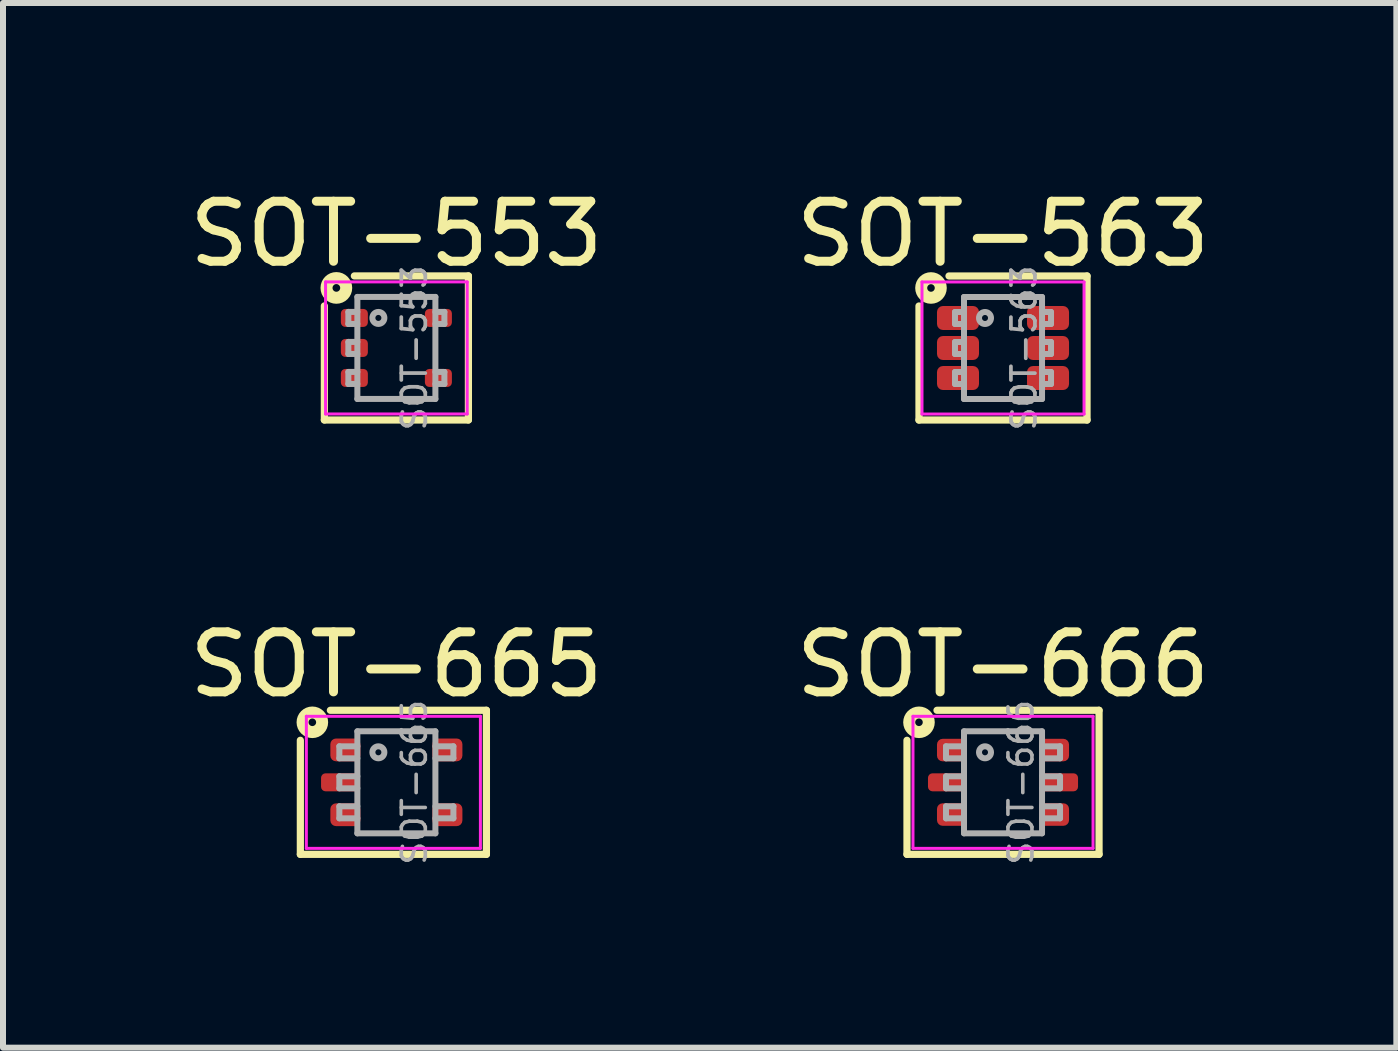
<source format=kicad_pcb>
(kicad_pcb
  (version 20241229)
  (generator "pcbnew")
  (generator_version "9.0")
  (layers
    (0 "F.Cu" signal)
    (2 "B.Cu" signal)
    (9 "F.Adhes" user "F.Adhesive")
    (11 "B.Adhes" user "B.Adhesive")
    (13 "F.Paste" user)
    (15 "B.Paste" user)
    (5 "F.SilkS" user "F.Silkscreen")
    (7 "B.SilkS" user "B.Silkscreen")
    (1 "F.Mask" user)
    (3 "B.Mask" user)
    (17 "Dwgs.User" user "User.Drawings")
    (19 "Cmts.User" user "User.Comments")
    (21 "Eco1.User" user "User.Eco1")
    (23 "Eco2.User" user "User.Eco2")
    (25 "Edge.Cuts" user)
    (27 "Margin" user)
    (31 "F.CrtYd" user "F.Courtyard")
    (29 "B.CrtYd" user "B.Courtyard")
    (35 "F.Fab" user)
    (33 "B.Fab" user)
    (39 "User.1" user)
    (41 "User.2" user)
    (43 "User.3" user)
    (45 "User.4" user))
  (footprint "SOT-665"
    (layer "F.Cu")
    (at 3.554 9.984)
    (property "Reference" "SOT-665" (at 0 -1.962 0) (layer "F.SilkS") (effects (font (size 1 1) (thickness 0.15))))
    (attr smd)
    (fp_line (start -1.6 -0.7) (end -1.6 1.2) (stroke (width 0.12) (type solid)) (layer "F.SilkS"))
    (fp_line (start -1.6 1.2) (end 1.5 1.2) (stroke (width 0.12) (type solid)) (layer "F.SilkS"))
    (fp_line (start 1.5 -1.2) (end -1.1 -1.2) (stroke (width 0.12) (type solid)) (layer "F.SilkS"))
    (fp_line (start 1.5 1.2) (end 1.5 -1.2) (stroke (width 0.12) (type solid)) (layer "F.SilkS"))
    (fp_circle (center -1.4 -1) (end -1.337 -1) (stroke (width 0.2) (type solid)) (fill no) (layer "F.SilkS"))
    (fp_line (start -1.5 -1.1) (end -1.5 1.1) (stroke (width 0.05) (type solid)) (layer "F.CrtYd"))
    (fp_line (start -1.5 -1.1) (end 1.4 -1.1) (stroke (width 0.05) (type solid)) (layer "F.CrtYd"))
    (fp_line (start -1.5 1.1) (end 1.4 1.1) (stroke (width 0.05) (type solid)) (layer "F.CrtYd"))
    (fp_line (start 1.4 1.1) (end 1.4 -1.1) (stroke (width 0.05) (type solid)) (layer "F.CrtYd"))
    (fp_line (start -0.95 -0.6) (end -0.95 -0.4) (stroke (width 0.1) (type solid)) (layer "F.Fab"))
    (fp_line (start -0.95 -0.4) (end -0.65 -0.4) (stroke (width 0.1) (type solid)) (layer "F.Fab"))
    (fp_line (start -0.95 -0.1) (end -0.95 0.1) (stroke (width 0.1) (type solid)) (layer "F.Fab"))
    (fp_line (start -0.95 0.1) (end -0.65 0.1) (stroke (width 0.1) (type solid)) (layer "F.Fab"))
    (fp_line (start -0.95 0.4) (end -0.95 0.6) (stroke (width 0.1) (type solid)) (layer "F.Fab"))
    (fp_line (start -0.95 0.6) (end -0.65 0.6) (stroke (width 0.1) (type solid)) (layer "F.Fab"))
    (fp_line (start -0.65 -0.85) (end -0.65 0.85) (stroke (width 0.1) (type solid)) (layer "F.Fab"))
    (fp_line (start -0.65 -0.6) (end -0.95 -0.6) (stroke (width 0.1) (type solid)) (layer "F.Fab"))
    (fp_line (start -0.65 -0.1) (end -0.95 -0.1) (stroke (width 0.1) (type solid)) (layer "F.Fab"))
    (fp_line (start -0.65 0.4) (end -0.95 0.4) (stroke (width 0.1) (type solid)) (layer "F.Fab"))
    (fp_line (start 0.65 -0.85) (end -0.65 -0.85) (stroke (width 0.1) (type solid)) (layer "F.Fab"))
    (fp_line (start 0.65 -0.85) (end 0.65 0.85) (stroke (width 0.1) (type solid)) (layer "F.Fab"))
    (fp_line (start 0.65 -0.4) (end 0.95 -0.4) (stroke (width 0.1) (type solid)) (layer "F.Fab"))
    (fp_line (start 0.65 0.6) (end 0.95 0.6) (stroke (width 0.1) (type solid)) (layer "F.Fab"))
    (fp_line (start 0.65 0.85) (end -0.65 0.85) (stroke (width 0.1) (type solid)) (layer "F.Fab"))
    (fp_line (start 0.95 -0.6) (end 0.65 -0.6) (stroke (width 0.1) (type solid)) (layer "F.Fab"))
    (fp_line (start 0.95 -0.4) (end 0.95 -0.6) (stroke (width 0.1) (type solid)) (layer "F.Fab"))
    (fp_line (start 0.95 0.4) (end 0.65 0.4) (stroke (width 0.1) (type solid)) (layer "F.Fab"))
    (fp_line (start 0.95 0.6) (end 0.95 0.4) (stroke (width 0.1) (type solid)) (layer "F.Fab"))
    (fp_circle (center -0.3 -0.5) (end -0.2 -0.5) (stroke (width 0.1) (type solid)) (fill no) (layer "F.Fab"))
    (fp_text user "${REFERENCE}" (at 0.3 0 90) (layer "F.Fab") (effects (font (size 0.4 0.4) (thickness 0.06))))
    (pad "1" smd roundrect (at -0.85 -0.54) (size 0.5 0.38) (layers "F.Cu" "F.Mask" "F.Paste") (roundrect_rratio 0.25))
    (pad "2" smd roundrect (at -0.93 0) (size 0.65 0.3) (layers "F.Cu" "F.Mask" "F.Paste") (roundrect_rratio 0.25))
    (pad "3" smd roundrect (at -0.85 0.54) (size 0.5 0.38) (layers "F.Cu" "F.Mask" "F.Paste") (roundrect_rratio 0.25))
    (pad "4" smd roundrect (at 0.85 0.54) (size 0.5 0.38) (layers "F.Cu" "F.Mask" "F.Paste") (roundrect_rratio 0.25))
    (pad "5" smd roundrect (at 0.85 -0.54) (size 0.5 0.38) (layers "F.Cu" "F.Mask" "F.Paste") (roundrect_rratio 0.25)))
  (footprint "SOT-553"
    (layer "F.Cu")
    (at 3.554 2.747)
    (property "Reference" "SOT-553" (at 0 -1.899 0) (layer "F.SilkS") (effects (font (size 1 1) (thickness 0.15))))
    (attr smd)
    (fp_line (start -1.2 -0.7) (end -1.2 1.2) (stroke (width 0.12) (type solid)) (layer "F.SilkS"))
    (fp_line (start -1.2 1.2) (end 1.2 1.2) (stroke (width 0.12) (type solid)) (layer "F.SilkS"))
    (fp_line (start 1.2 -1.2) (end -0.7 -1.2) (stroke (width 0.12) (type solid)) (layer "F.SilkS"))
    (fp_line (start 1.2 1.2) (end 1.2 -1.2) (stroke (width 0.12) (type solid)) (layer "F.SilkS"))
    (fp_circle (center -1 -1) (end -0.936 -1) (stroke (width 0.2) (type solid)) (fill no) (layer "F.SilkS"))
    (fp_line (start -1.18 -1.1) (end -1.18 1.1) (stroke (width 0.05) (type solid)) (layer "F.CrtYd"))
    (fp_line (start -1.18 -1.1) (end 1.18 -1.1) (stroke (width 0.05) (type solid)) (layer "F.CrtYd"))
    (fp_line (start 1.18 1.1) (end -1.18 1.1) (stroke (width 0.05) (type solid)) (layer "F.CrtYd"))
    (fp_line (start 1.18 1.1) (end 1.18 -1.1) (stroke (width 0.05) (type solid)) (layer "F.CrtYd"))
    (fp_line (start -0.8 -0.6) (end -0.8 -0.4) (stroke (width 0.1) (type solid)) (layer "F.Fab"))
    (fp_line (start -0.8 -0.4) (end -0.65 -0.4) (stroke (width 0.1) (type solid)) (layer "F.Fab"))
    (fp_line (start -0.8 -0.1) (end -0.8 0.1) (stroke (width 0.1) (type solid)) (layer "F.Fab"))
    (fp_line (start -0.8 0.1) (end -0.65 0.1) (stroke (width 0.1) (type solid)) (layer "F.Fab"))
    (fp_line (start -0.8 0.4) (end -0.8 0.6) (stroke (width 0.1) (type solid)) (layer "F.Fab"))
    (fp_line (start -0.8 0.6) (end -0.65 0.6) (stroke (width 0.1) (type solid)) (layer "F.Fab"))
    (fp_line (start -0.65 -0.85) (end -0.65 0.85) (stroke (width 0.1) (type solid)) (layer "F.Fab"))
    (fp_line (start -0.65 -0.6) (end -0.8 -0.6) (stroke (width 0.1) (type solid)) (layer "F.Fab"))
    (fp_line (start -0.65 -0.1) (end -0.8 -0.1) (stroke (width 0.1) (type solid)) (layer "F.Fab"))
    (fp_line (start -0.65 0.4) (end -0.8 0.4) (stroke (width 0.1) (type solid)) (layer "F.Fab"))
    (fp_line (start -0.65 0.85) (end 0.65 0.85) (stroke (width 0.1) (type solid)) (layer "F.Fab"))
    (fp_line (start 0.65 -0.85) (end -0.65 -0.85) (stroke (width 0.1) (type solid)) (layer "F.Fab"))
    (fp_line (start 0.65 -0.4) (end 0.8 -0.4) (stroke (width 0.1) (type solid)) (layer "F.Fab"))
    (fp_line (start 0.65 0.6) (end 0.8 0.6) (stroke (width 0.1) (type solid)) (layer "F.Fab"))
    (fp_line (start 0.65 0.85) (end 0.65 -0.85) (stroke (width 0.1) (type solid)) (layer "F.Fab"))
    (fp_line (start 0.8 -0.6) (end 0.65 -0.6) (stroke (width 0.1) (type solid)) (layer "F.Fab"))
    (fp_line (start 0.8 -0.4) (end 0.8 -0.6) (stroke (width 0.1) (type solid)) (layer "F.Fab"))
    (fp_line (start 0.8 0.4) (end 0.65 0.4) (stroke (width 0.1) (type solid)) (layer "F.Fab"))
    (fp_line (start 0.8 0.6) (end 0.8 0.4) (stroke (width 0.1) (type solid)) (layer "F.Fab"))
    (fp_circle (center -0.3 -0.5) (end -0.2 -0.5) (stroke (width 0.1) (type solid)) (fill no) (layer "F.Fab"))
    (fp_text user "${REFERENCE}" (at 0.3 0 90) (layer "F.Fab") (effects (font (size 0.4 0.4) (thickness 0.062))))
    (pad "1" smd roundrect (at -0.7 -0.5) (size 0.45 0.3) (layers "F.Cu" "F.Mask" "F.Paste") (roundrect_rratio 0.25))
    (pad "2" smd roundrect (at -0.7 0) (size 0.45 0.3) (layers "F.Cu" "F.Mask" "F.Paste") (roundrect_rratio 0.25))
    (pad "3" smd roundrect (at -0.7 0.5) (size 0.45 0.3) (layers "F.Cu" "F.Mask" "F.Paste") (roundrect_rratio 0.25))
    (pad "4" smd roundrect (at 0.7 0.5) (size 0.45 0.3) (layers "F.Cu" "F.Mask" "F.Paste") (roundrect_rratio 0.25))
    (pad "5" smd roundrect (at 0.7 -0.5) (size 0.45 0.3) (layers "F.Cu" "F.Mask" "F.Paste") (roundrect_rratio 0.25)))
  (footprint "SOT-666"
    (layer "F.Cu")
    (at 13.661 9.984)
    (property "Reference" "SOT-666" (at 0 -1.962 0) (layer "F.SilkS") (effects (font (size 1 1) (thickness 0.15))))
    (attr smd)
    (fp_line (start -1.6 -0.7) (end -1.6 1.2) (stroke (width 0.12) (type solid)) (layer "F.SilkS"))
    (fp_line (start -1.6 1.2) (end 1.6 1.2) (stroke (width 0.12) (type solid)) (layer "F.SilkS"))
    (fp_line (start 1.6 -1.2) (end -1.1 -1.2) (stroke (width 0.12) (type solid)) (layer "F.SilkS"))
    (fp_line (start 1.6 1.2) (end 1.6 -1.2) (stroke (width 0.12) (type solid)) (layer "F.SilkS"))
    (fp_circle (center -1.4 -1) (end -1.337 -1) (stroke (width 0.2) (type solid)) (fill no) (layer "F.SilkS"))
    (fp_line (start -1.5 -1.1) (end -1.5 1.1) (stroke (width 0.05) (type solid)) (layer "F.CrtYd"))
    (fp_line (start -1.5 -1.1) (end 1.5 -1.1) (stroke (width 0.05) (type solid)) (layer "F.CrtYd"))
    (fp_line (start -1.5 1.1) (end 1.5 1.1) (stroke (width 0.05) (type solid)) (layer "F.CrtYd"))
    (fp_line (start 1.5 1.1) (end 1.5 -1.1) (stroke (width 0.05) (type solid)) (layer "F.CrtYd"))
    (fp_line (start -0.95 -0.6) (end -0.95 -0.4) (stroke (width 0.1) (type solid)) (layer "F.Fab"))
    (fp_line (start -0.95 -0.4) (end -0.65 -0.4) (stroke (width 0.1) (type solid)) (layer "F.Fab"))
    (fp_line (start -0.95 -0.1) (end -0.95 0.1) (stroke (width 0.1) (type solid)) (layer "F.Fab"))
    (fp_line (start -0.95 0.1) (end -0.65 0.1) (stroke (width 0.1) (type solid)) (layer "F.Fab"))
    (fp_line (start -0.95 0.4) (end -0.95 0.6) (stroke (width 0.1) (type solid)) (layer "F.Fab"))
    (fp_line (start -0.95 0.6) (end -0.65 0.6) (stroke (width 0.1) (type solid)) (layer "F.Fab"))
    (fp_line (start -0.65 -0.85) (end -0.65 0.85) (stroke (width 0.1) (type solid)) (layer "F.Fab"))
    (fp_line (start -0.65 -0.6) (end -0.95 -0.6) (stroke (width 0.1) (type solid)) (layer "F.Fab"))
    (fp_line (start -0.65 -0.1) (end -0.95 -0.1) (stroke (width 0.1) (type solid)) (layer "F.Fab"))
    (fp_line (start -0.65 0.4) (end -0.95 0.4) (stroke (width 0.1) (type solid)) (layer "F.Fab"))
    (fp_line (start 0.65 -0.85) (end -0.65 -0.85) (stroke (width 0.1) (type solid)) (layer "F.Fab"))
    (fp_line (start 0.65 -0.85) (end 0.65 0.85) (stroke (width 0.1) (type solid)) (layer "F.Fab"))
    (fp_line (start 0.65 -0.4) (end 0.95 -0.4) (stroke (width 0.1) (type solid)) (layer "F.Fab"))
    (fp_line (start 0.65 0.1) (end 0.95 0.1) (stroke (width 0.1) (type solid)) (layer "F.Fab"))
    (fp_line (start 0.65 0.6) (end 0.95 0.6) (stroke (width 0.1) (type solid)) (layer "F.Fab"))
    (fp_line (start 0.65 0.85) (end -0.65 0.85) (stroke (width 0.1) (type solid)) (layer "F.Fab"))
    (fp_line (start 0.95 -0.6) (end 0.65 -0.6) (stroke (width 0.1) (type solid)) (layer "F.Fab"))
    (fp_line (start 0.95 -0.4) (end 0.95 -0.6) (stroke (width 0.1) (type solid)) (layer "F.Fab"))
    (fp_line (start 0.95 -0.1) (end 0.65 -0.1) (stroke (width 0.1) (type solid)) (layer "F.Fab"))
    (fp_line (start 0.95 0.1) (end 0.95 -0.1) (stroke (width 0.1) (type solid)) (layer "F.Fab"))
    (fp_line (start 0.95 0.4) (end 0.65 0.4) (stroke (width 0.1) (type solid)) (layer "F.Fab"))
    (fp_line (start 0.95 0.6) (end 0.95 0.4) (stroke (width 0.1) (type solid)) (layer "F.Fab"))
    (fp_circle (center -0.3 -0.5) (end -0.2 -0.5) (stroke (width 0.1) (type solid)) (fill no) (layer "F.Fab"))
    (fp_text user "${REFERENCE}" (at 0.3 0 90) (layer "F.Fab") (effects (font (size 0.4 0.4) (thickness 0.06))))
    (pad "1" smd roundrect (at -0.85 -0.537) (size 0.5 0.375) (layers "F.Cu" "F.Mask" "F.Paste") (roundrect_rratio 0.25))
    (pad "2" smd roundrect (at -0.925 0) (size 0.65 0.3) (layers "F.Cu" "F.Mask" "F.Paste") (roundrect_rratio 0.25))
    (pad "3" smd roundrect (at -0.85 0.537) (size 0.5 0.375) (layers "F.Cu" "F.Mask" "F.Paste") (roundrect_rratio 0.25))
    (pad "4" smd roundrect (at 0.85 0.537) (size 0.5 0.375) (layers "F.Cu" "F.Mask" "F.Paste") (roundrect_rratio 0.25))
    (pad "5" smd roundrect (at 0.925 0) (size 0.65 0.3) (layers "F.Cu" "F.Mask" "F.Paste") (roundrect_rratio 0.25))
    (pad "6" smd roundrect (at 0.85 -0.537) (size 0.5 0.375) (layers "F.Cu" "F.Mask" "F.Paste") (roundrect_rratio 0.25)))
  (footprint "SOT-563"
    (layer "F.Cu")
    (at 13.661 2.748)
    (property "Reference" "SOT-563" (at 0 -1.9 0) (layer "F.SilkS") (effects (font (size 1 1) (thickness 0.15))))
    (attr smd)
    (fp_line (start -1.4 -0.7) (end -1.4 1.2) (stroke (width 0.12) (type solid)) (layer "F.SilkS"))
    (fp_line (start -1.4 1.2) (end 1.4 1.2) (stroke (width 0.12) (type solid)) (layer "F.SilkS"))
    (fp_line (start 1.4 -1.2) (end -0.9 -1.2) (stroke (width 0.12) (type solid)) (layer "F.SilkS"))
    (fp_line (start 1.4 1.2) (end 1.4 -1.2) (stroke (width 0.12) (type solid)) (layer "F.SilkS"))
    (fp_circle (center -1.2 -1) (end -1.137 -1) (stroke (width 0.2) (type solid)) (fill no) (layer "F.SilkS"))
    (fp_line (start -1.35 -1.1) (end -1.35 1.1) (stroke (width 0.05) (type solid)) (layer "F.CrtYd"))
    (fp_line (start -1.35 -1.1) (end 1.35 -1.1) (stroke (width 0.05) (type solid)) (layer "F.CrtYd"))
    (fp_line (start 1.35 1.1) (end -1.35 1.1) (stroke (width 0.05) (type solid)) (layer "F.CrtYd"))
    (fp_line (start 1.35 1.1) (end 1.35 -1.1) (stroke (width 0.05) (type solid)) (layer "F.CrtYd"))
    (fp_line (start -0.8 -0.6) (end -0.8 -0.4) (stroke (width 0.1) (type solid)) (layer "F.Fab"))
    (fp_line (start -0.8 -0.4) (end -0.65 -0.4) (stroke (width 0.1) (type solid)) (layer "F.Fab"))
    (fp_line (start -0.8 -0.1) (end -0.8 0.1) (stroke (width 0.1) (type solid)) (layer "F.Fab"))
    (fp_line (start -0.8 0.1) (end -0.65 0.1) (stroke (width 0.1) (type solid)) (layer "F.Fab"))
    (fp_line (start -0.8 0.4) (end -0.8 0.6) (stroke (width 0.1) (type solid)) (layer "F.Fab"))
    (fp_line (start -0.8 0.6) (end -0.65 0.6) (stroke (width 0.1) (type solid)) (layer "F.Fab"))
    (fp_line (start -0.65 -0.85) (end -0.65 0.85) (stroke (width 0.1) (type solid)) (layer "F.Fab"))
    (fp_line (start -0.65 -0.6) (end -0.8 -0.6) (stroke (width 0.1) (type solid)) (layer "F.Fab"))
    (fp_line (start -0.65 -0.1) (end -0.8 -0.1) (stroke (width 0.1) (type solid)) (layer "F.Fab"))
    (fp_line (start -0.65 0.4) (end -0.8 0.4) (stroke (width 0.1) (type solid)) (layer "F.Fab"))
    (fp_line (start -0.65 0.85) (end 0.65 0.85) (stroke (width 0.1) (type solid)) (layer "F.Fab"))
    (fp_line (start 0.65 -0.85) (end -0.65 -0.85) (stroke (width 0.1) (type solid)) (layer "F.Fab"))
    (fp_line (start 0.65 -0.4) (end 0.8 -0.4) (stroke (width 0.1) (type solid)) (layer "F.Fab"))
    (fp_line (start 0.65 0.1) (end 0.8 0.1) (stroke (width 0.1) (type solid)) (layer "F.Fab"))
    (fp_line (start 0.65 0.6) (end 0.8 0.6) (stroke (width 0.1) (type solid)) (layer "F.Fab"))
    (fp_line (start 0.65 0.85) (end 0.65 -0.85) (stroke (width 0.1) (type solid)) (layer "F.Fab"))
    (fp_line (start 0.8 -0.6) (end 0.65 -0.6) (stroke (width 0.1) (type solid)) (layer "F.Fab"))
    (fp_line (start 0.8 -0.4) (end 0.8 -0.6) (stroke (width 0.1) (type solid)) (layer "F.Fab"))
    (fp_line (start 0.8 -0.1) (end 0.65 -0.1) (stroke (width 0.1) (type solid)) (layer "F.Fab"))
    (fp_line (start 0.8 0.1) (end 0.8 -0.1) (stroke (width 0.1) (type solid)) (layer "F.Fab"))
    (fp_line (start 0.8 0.4) (end 0.65 0.4) (stroke (width 0.1) (type solid)) (layer "F.Fab"))
    (fp_line (start 0.8 0.6) (end 0.8 0.4) (stroke (width 0.1) (type solid)) (layer "F.Fab"))
    (fp_circle (center -0.3 -0.5) (end -0.2 -0.5) (stroke (width 0.1) (type solid)) (fill no) (layer "F.Fab"))
    (fp_text user "${REFERENCE}" (at 0.35 0 90) (layer "F.Fab") (effects (font (size 0.4 0.4) (thickness 0.062))))
    (pad "1" smd roundrect (at -0.75 -0.5) (size 0.7 0.4) (layers "F.Cu" "F.Mask" "F.Paste") (roundrect_rratio 0.25))
    (pad "2" smd roundrect (at -0.75 0) (size 0.7 0.4) (layers "F.Cu" "F.Mask" "F.Paste") (roundrect_rratio 0.25))
    (pad "3" smd roundrect (at -0.75 0.5) (size 0.7 0.4) (layers "F.Cu" "F.Mask" "F.Paste") (roundrect_rratio 0.25))
    (pad "4" smd roundrect (at 0.75 0.5) (size 0.7 0.4) (layers "F.Cu" "F.Mask" "F.Paste") (roundrect_rratio 0.25))
    (pad "5" smd roundrect (at 0.75 0) (size 0.7 0.4) (layers "F.Cu" "F.Mask" "F.Paste") (roundrect_rratio 0.25))
    (pad "6" smd roundrect (at 0.75 -0.5) (size 0.7 0.4) (layers "F.Cu" "F.Mask" "F.Paste") (roundrect_rratio 0.25)))
  (gr_rect
    (start -3 -3)
    (end 20.214 14.405)
    (stroke (width 0.1) (type default))
    (fill no)
    (layer "Edge.Cuts")))
</source>
